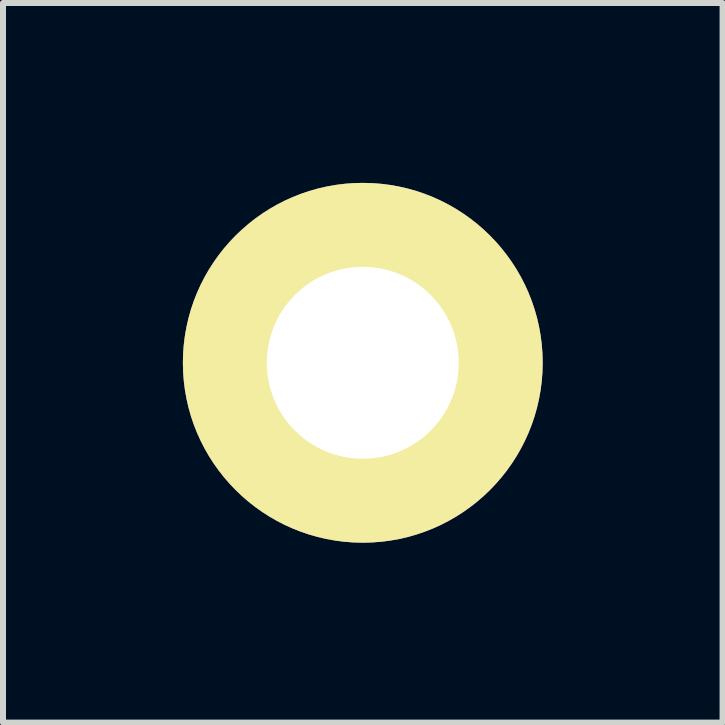
<source format=kicad_pcb>
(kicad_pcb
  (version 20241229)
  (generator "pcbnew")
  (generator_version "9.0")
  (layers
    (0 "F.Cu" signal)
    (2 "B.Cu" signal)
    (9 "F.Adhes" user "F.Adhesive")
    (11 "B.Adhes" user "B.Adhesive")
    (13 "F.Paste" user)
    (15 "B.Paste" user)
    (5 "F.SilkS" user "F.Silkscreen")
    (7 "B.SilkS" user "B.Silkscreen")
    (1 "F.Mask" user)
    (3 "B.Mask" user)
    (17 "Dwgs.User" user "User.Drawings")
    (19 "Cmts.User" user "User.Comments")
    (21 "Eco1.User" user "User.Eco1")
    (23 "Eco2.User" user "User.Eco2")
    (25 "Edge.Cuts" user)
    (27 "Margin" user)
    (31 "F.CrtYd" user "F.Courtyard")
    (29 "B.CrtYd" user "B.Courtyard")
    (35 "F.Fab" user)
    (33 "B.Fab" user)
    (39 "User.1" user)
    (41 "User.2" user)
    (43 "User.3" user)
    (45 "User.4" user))
  (footprint "hole"
    (layer "F.Cu")
    (at 3 3)
    (property "Reference" "hole" (at 0 0 0) (layer "F.SilkS") (effects (font (size 1 1) (thickness 0.15))))
    (attr through_hole)
    (pad "" np_thru_hole circle (at 0 0) (size 6 6) (drill 3.2) (layers "*.Cu" "*.Mask" "F.SilkS")))
  (gr_rect
    (start -3 -3)
    (end 9 9)
    (stroke (width 0.1) (type default))
    (fill no)
    (layer "Edge.Cuts")))
</source>
